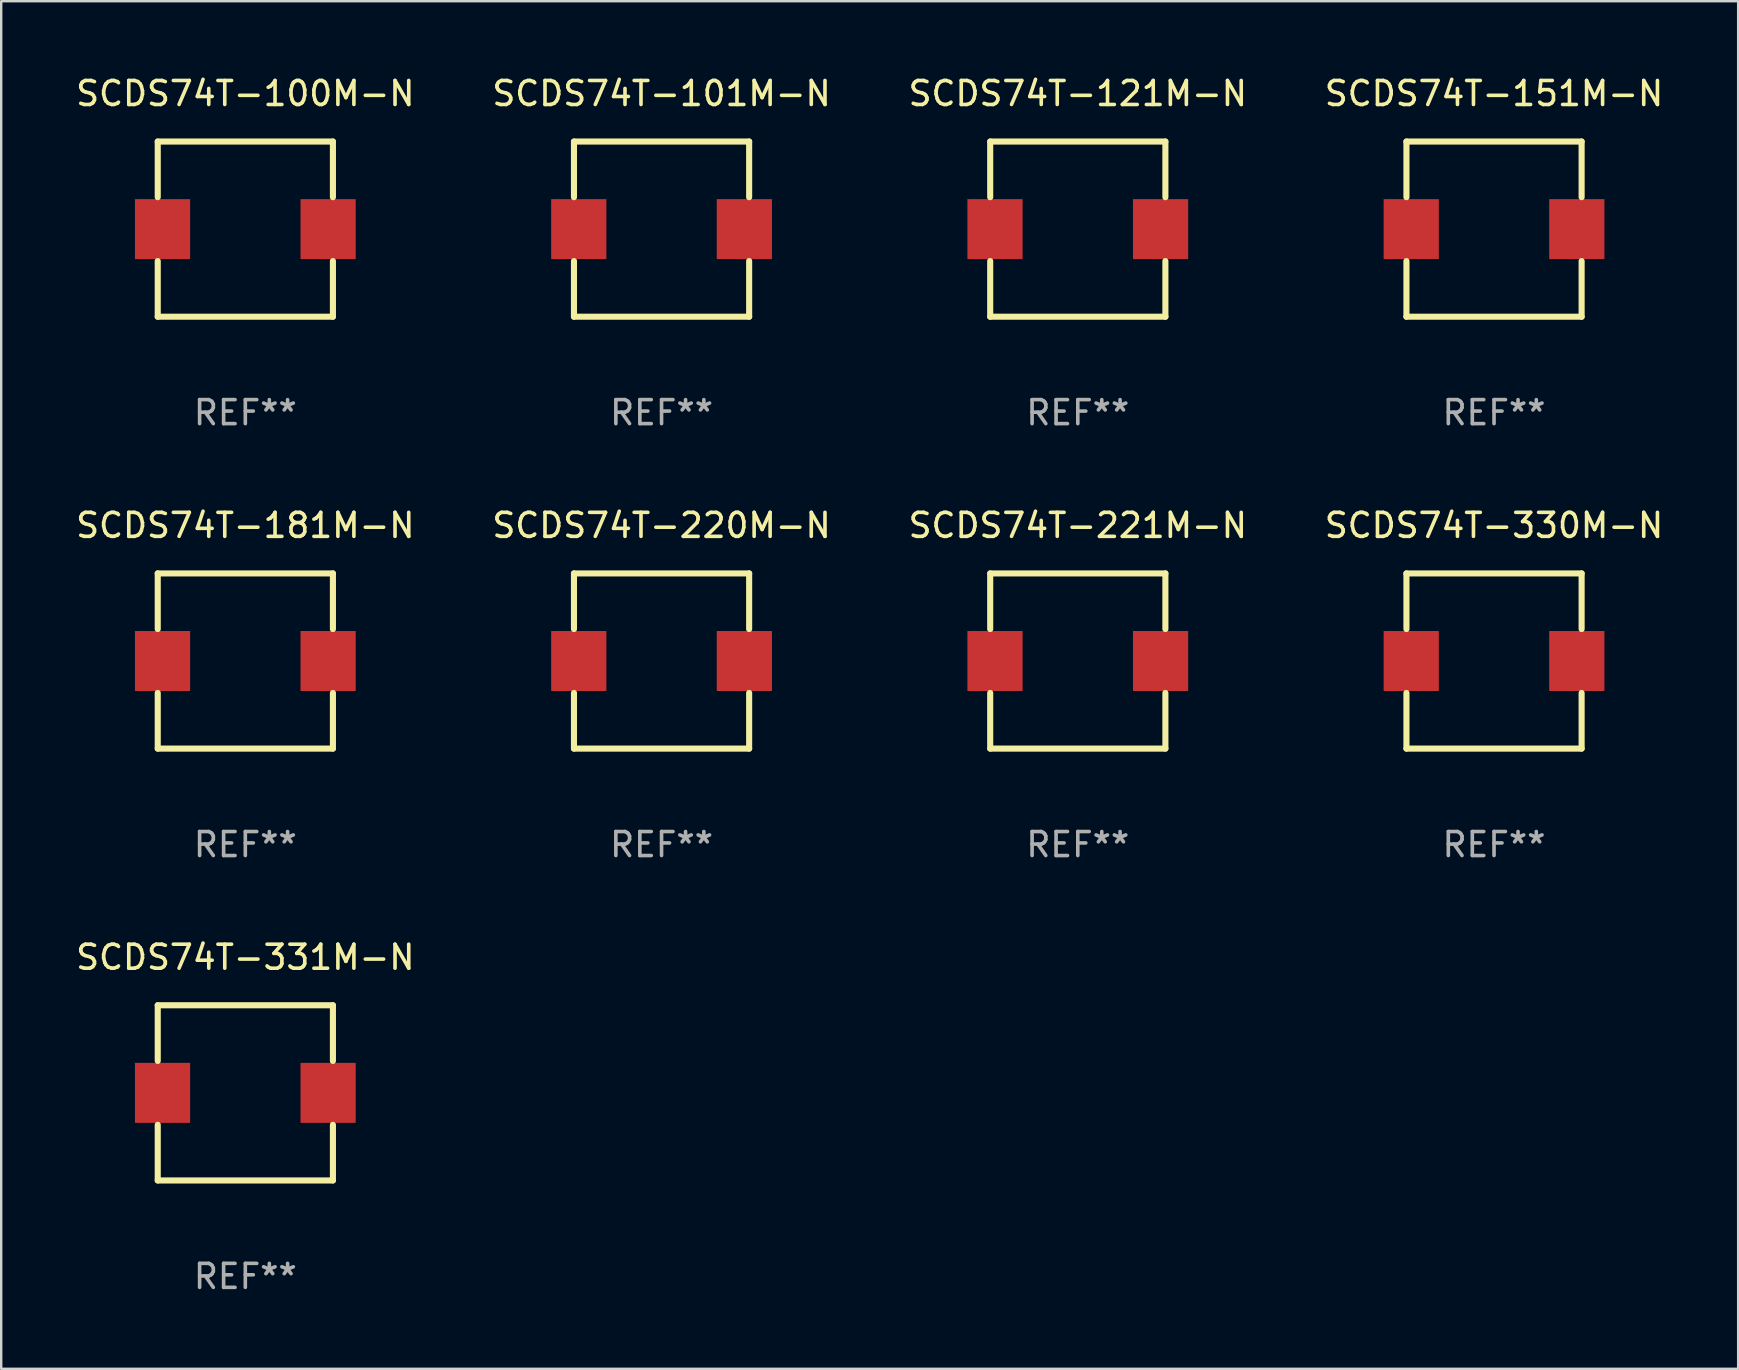
<source format=kicad_pcb>
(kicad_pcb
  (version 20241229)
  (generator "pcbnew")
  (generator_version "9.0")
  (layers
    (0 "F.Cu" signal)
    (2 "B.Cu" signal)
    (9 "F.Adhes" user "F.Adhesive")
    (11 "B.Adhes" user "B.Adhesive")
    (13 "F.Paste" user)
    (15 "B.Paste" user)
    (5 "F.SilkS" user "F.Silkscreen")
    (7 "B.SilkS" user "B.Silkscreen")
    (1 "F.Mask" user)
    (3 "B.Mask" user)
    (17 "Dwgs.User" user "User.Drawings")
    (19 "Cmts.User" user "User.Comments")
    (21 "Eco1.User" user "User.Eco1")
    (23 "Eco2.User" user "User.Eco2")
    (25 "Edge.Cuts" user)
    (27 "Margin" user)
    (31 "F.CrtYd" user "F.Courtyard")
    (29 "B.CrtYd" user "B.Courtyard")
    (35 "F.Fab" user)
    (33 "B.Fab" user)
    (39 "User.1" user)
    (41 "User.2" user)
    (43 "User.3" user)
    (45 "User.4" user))
  (footprint "SCDS74T-101M-N"
    (layer "F.Cu")
    (at 24.518 6.498)
    (property "Reference" "SCDS74T-101M-N" (at 0 -5.65 0) (layer "F.SilkS") (effects (font (size 1 1) (thickness 0.15))))
    (attr through_hole)
    (fp_line (start -3.65 -3.65) (end 3.65 -3.65) (stroke (width 0.254) (type solid)) (layer "F.SilkS"))
    (fp_line (start -3.65 -1.331) (end -3.65 -3.65) (stroke (width 0.254) (type solid)) (layer "F.SilkS"))
    (fp_line (start -3.65 3.65) (end -3.65 1.331) (stroke (width 0.254) (type solid)) (layer "F.SilkS"))
    (fp_line (start 3.65 -3.65) (end 3.65 -1.331) (stroke (width 0.254) (type solid)) (layer "F.SilkS"))
    (fp_line (start 3.65 1.331) (end 3.65 3.65) (stroke (width 0.254) (type solid)) (layer "F.SilkS"))
    (fp_line (start 3.65 3.65) (end -3.65 3.65) (stroke (width 0.254) (type solid)) (layer "F.SilkS"))
    (fp_circle (center -3.65 3.65) (end -3.62 3.65) (stroke (width 0.06) (type solid)) (fill no) (layer "F.SilkS"))
    (fp_text user "REF**" (at 0 7.65 0) (layer "F.Fab") (effects (font (size 1 1) (thickness 0.15))))
    (pad "1" smd rect (at -3.45 0) (size 2.3 2.5) (layers "F.Cu" "F.Mask" "F.Paste"))
    (pad "2" smd rect (at 3.45 0) (size 2.3 2.5) (layers "F.Cu" "F.Mask" "F.Paste")))
  (footprint "SCDS74T-181M-N"
    (layer "F.Cu")
    (at 7.173 24.495)
    (property "Reference" "SCDS74T-181M-N" (at 0 -5.65 0) (layer "F.SilkS") (effects (font (size 1 1) (thickness 0.15))))
    (attr through_hole)
    (fp_line (start -3.65 -3.65) (end 3.65 -3.65) (stroke (width 0.254) (type solid)) (layer "F.SilkS"))
    (fp_line (start -3.65 -1.331) (end -3.65 -3.65) (stroke (width 0.254) (type solid)) (layer "F.SilkS"))
    (fp_line (start -3.65 3.65) (end -3.65 1.331) (stroke (width 0.254) (type solid)) (layer "F.SilkS"))
    (fp_line (start 3.65 -3.65) (end 3.65 -1.331) (stroke (width 0.254) (type solid)) (layer "F.SilkS"))
    (fp_line (start 3.65 1.331) (end 3.65 3.65) (stroke (width 0.254) (type solid)) (layer "F.SilkS"))
    (fp_line (start 3.65 3.65) (end -3.65 3.65) (stroke (width 0.254) (type solid)) (layer "F.SilkS"))
    (fp_circle (center -3.65 3.65) (end -3.62 3.65) (stroke (width 0.06) (type solid)) (fill no) (layer "F.SilkS"))
    (fp_text user "REF**" (at 0 7.65 0) (layer "F.Fab") (effects (font (size 1 1) (thickness 0.15))))
    (pad "1" smd rect (at -3.45 0) (size 2.3 2.5) (layers "F.Cu" "F.Mask" "F.Paste"))
    (pad "2" smd rect (at 3.45 0) (size 2.3 2.5) (layers "F.Cu" "F.Mask" "F.Paste")))
  (footprint "SCDS74T-330M-N"
    (layer "F.Cu")
    (at 59.208 24.495)
    (property "Reference" "SCDS74T-330M-N" (at 0 -5.65 0) (layer "F.SilkS") (effects (font (size 1 1) (thickness 0.15))))
    (attr through_hole)
    (fp_line (start -3.65 -3.65) (end 3.65 -3.65) (stroke (width 0.254) (type solid)) (layer "F.SilkS"))
    (fp_line (start -3.65 -1.331) (end -3.65 -3.65) (stroke (width 0.254) (type solid)) (layer "F.SilkS"))
    (fp_line (start -3.65 3.65) (end -3.65 1.331) (stroke (width 0.254) (type solid)) (layer "F.SilkS"))
    (fp_line (start 3.65 -3.65) (end 3.65 -1.331) (stroke (width 0.254) (type solid)) (layer "F.SilkS"))
    (fp_line (start 3.65 1.331) (end 3.65 3.65) (stroke (width 0.254) (type solid)) (layer "F.SilkS"))
    (fp_line (start 3.65 3.65) (end -3.65 3.65) (stroke (width 0.254) (type solid)) (layer "F.SilkS"))
    (fp_circle (center -3.65 3.65) (end -3.62 3.65) (stroke (width 0.06) (type solid)) (fill no) (layer "F.SilkS"))
    (fp_text user "REF**" (at 0 7.65 0) (layer "F.Fab") (effects (font (size 1 1) (thickness 0.15))))
    (pad "1" smd rect (at -3.45 0) (size 2.3 2.5) (layers "F.Cu" "F.Mask" "F.Paste"))
    (pad "2" smd rect (at 3.45 0) (size 2.3 2.5) (layers "F.Cu" "F.Mask" "F.Paste")))
  (footprint "SCDS74T-221M-N"
    (layer "F.Cu")
    (at 41.863 24.495)
    (property "Reference" "SCDS74T-221M-N" (at 0 -5.65 0) (layer "F.SilkS") (effects (font (size 1 1) (thickness 0.15))))
    (attr through_hole)
    (fp_line (start -3.65 -3.65) (end 3.65 -3.65) (stroke (width 0.254) (type solid)) (layer "F.SilkS"))
    (fp_line (start -3.65 -1.331) (end -3.65 -3.65) (stroke (width 0.254) (type solid)) (layer "F.SilkS"))
    (fp_line (start -3.65 3.65) (end -3.65 1.331) (stroke (width 0.254) (type solid)) (layer "F.SilkS"))
    (fp_line (start 3.65 -3.65) (end 3.65 -1.331) (stroke (width 0.254) (type solid)) (layer "F.SilkS"))
    (fp_line (start 3.65 1.331) (end 3.65 3.65) (stroke (width 0.254) (type solid)) (layer "F.SilkS"))
    (fp_line (start 3.65 3.65) (end -3.65 3.65) (stroke (width 0.254) (type solid)) (layer "F.SilkS"))
    (fp_circle (center -3.65 3.65) (end -3.62 3.65) (stroke (width 0.06) (type solid)) (fill no) (layer "F.SilkS"))
    (fp_text user "REF**" (at 0 7.65 0) (layer "F.Fab") (effects (font (size 1 1) (thickness 0.15))))
    (pad "1" smd rect (at -3.45 0) (size 2.3 2.5) (layers "F.Cu" "F.Mask" "F.Paste"))
    (pad "2" smd rect (at 3.45 0) (size 2.3 2.5) (layers "F.Cu" "F.Mask" "F.Paste")))
  (footprint "SCDS74T-331M-N"
    (layer "F.Cu")
    (at 7.173 42.491)
    (property "Reference" "SCDS74T-331M-N" (at 0 -5.65 0) (layer "F.SilkS") (effects (font (size 1 1) (thickness 0.15))))
    (attr through_hole)
    (fp_line (start -3.65 -3.65) (end 3.65 -3.65) (stroke (width 0.254) (type solid)) (layer "F.SilkS"))
    (fp_line (start -3.65 -1.331) (end -3.65 -3.65) (stroke (width 0.254) (type solid)) (layer "F.SilkS"))
    (fp_line (start -3.65 3.65) (end -3.65 1.331) (stroke (width 0.254) (type solid)) (layer "F.SilkS"))
    (fp_line (start 3.65 -3.65) (end 3.65 -1.331) (stroke (width 0.254) (type solid)) (layer "F.SilkS"))
    (fp_line (start 3.65 1.331) (end 3.65 3.65) (stroke (width 0.254) (type solid)) (layer "F.SilkS"))
    (fp_line (start 3.65 3.65) (end -3.65 3.65) (stroke (width 0.254) (type solid)) (layer "F.SilkS"))
    (fp_circle (center -3.65 3.65) (end -3.62 3.65) (stroke (width 0.06) (type solid)) (fill no) (layer "F.SilkS"))
    (fp_text user "REF**" (at 0 7.65 0) (layer "F.Fab") (effects (font (size 1 1) (thickness 0.15))))
    (pad "1" smd rect (at -3.45 0) (size 2.3 2.5) (layers "F.Cu" "F.Mask" "F.Paste"))
    (pad "2" smd rect (at 3.45 0) (size 2.3 2.5) (layers "F.Cu" "F.Mask" "F.Paste")))
  (footprint "SCDS74T-220M-N"
    (layer "F.Cu")
    (at 24.518 24.495)
    (property "Reference" "SCDS74T-220M-N" (at 0 -5.65 0) (layer "F.SilkS") (effects (font (size 1 1) (thickness 0.15))))
    (attr through_hole)
    (fp_line (start -3.65 -3.65) (end 3.65 -3.65) (stroke (width 0.254) (type solid)) (layer "F.SilkS"))
    (fp_line (start -3.65 -1.331) (end -3.65 -3.65) (stroke (width 0.254) (type solid)) (layer "F.SilkS"))
    (fp_line (start -3.65 3.65) (end -3.65 1.331) (stroke (width 0.254) (type solid)) (layer "F.SilkS"))
    (fp_line (start 3.65 -3.65) (end 3.65 -1.331) (stroke (width 0.254) (type solid)) (layer "F.SilkS"))
    (fp_line (start 3.65 1.331) (end 3.65 3.65) (stroke (width 0.254) (type solid)) (layer "F.SilkS"))
    (fp_line (start 3.65 3.65) (end -3.65 3.65) (stroke (width 0.254) (type solid)) (layer "F.SilkS"))
    (fp_circle (center -3.65 3.65) (end -3.62 3.65) (stroke (width 0.06) (type solid)) (fill no) (layer "F.SilkS"))
    (fp_text user "REF**" (at 0 7.65 0) (layer "F.Fab") (effects (font (size 1 1) (thickness 0.15))))
    (pad "1" smd rect (at -3.45 0) (size 2.3 2.5) (layers "F.Cu" "F.Mask" "F.Paste"))
    (pad "2" smd rect (at 3.45 0) (size 2.3 2.5) (layers "F.Cu" "F.Mask" "F.Paste")))
  (footprint "SCDS74T-151M-N"
    (layer "F.Cu")
    (at 59.208 6.498)
    (property "Reference" "SCDS74T-151M-N" (at 0 -5.65 0) (layer "F.SilkS") (effects (font (size 1 1) (thickness 0.15))))
    (attr through_hole)
    (fp_line (start -3.65 -3.65) (end 3.65 -3.65) (stroke (width 0.254) (type solid)) (layer "F.SilkS"))
    (fp_line (start -3.65 -1.331) (end -3.65 -3.65) (stroke (width 0.254) (type solid)) (layer "F.SilkS"))
    (fp_line (start -3.65 3.65) (end -3.65 1.331) (stroke (width 0.254) (type solid)) (layer "F.SilkS"))
    (fp_line (start 3.65 -3.65) (end 3.65 -1.331) (stroke (width 0.254) (type solid)) (layer "F.SilkS"))
    (fp_line (start 3.65 1.331) (end 3.65 3.65) (stroke (width 0.254) (type solid)) (layer "F.SilkS"))
    (fp_line (start 3.65 3.65) (end -3.65 3.65) (stroke (width 0.254) (type solid)) (layer "F.SilkS"))
    (fp_circle (center -3.65 3.65) (end -3.62 3.65) (stroke (width 0.06) (type solid)) (fill no) (layer "F.SilkS"))
    (fp_text user "REF**" (at 0 7.65 0) (layer "F.Fab") (effects (font (size 1 1) (thickness 0.15))))
    (pad "1" smd rect (at -3.45 0) (size 2.3 2.5) (layers "F.Cu" "F.Mask" "F.Paste"))
    (pad "2" smd rect (at 3.45 0) (size 2.3 2.5) (layers "F.Cu" "F.Mask" "F.Paste")))
  (footprint "SCDS74T-121M-N"
    (layer "F.Cu")
    (at 41.863 6.498)
    (property "Reference" "SCDS74T-121M-N" (at 0 -5.65 0) (layer "F.SilkS") (effects (font (size 1 1) (thickness 0.15))))
    (attr through_hole)
    (fp_line (start -3.65 -3.65) (end 3.65 -3.65) (stroke (width 0.254) (type solid)) (layer "F.SilkS"))
    (fp_line (start -3.65 -1.331) (end -3.65 -3.65) (stroke (width 0.254) (type solid)) (layer "F.SilkS"))
    (fp_line (start -3.65 3.65) (end -3.65 1.331) (stroke (width 0.254) (type solid)) (layer "F.SilkS"))
    (fp_line (start 3.65 -3.65) (end 3.65 -1.331) (stroke (width 0.254) (type solid)) (layer "F.SilkS"))
    (fp_line (start 3.65 1.331) (end 3.65 3.65) (stroke (width 0.254) (type solid)) (layer "F.SilkS"))
    (fp_line (start 3.65 3.65) (end -3.65 3.65) (stroke (width 0.254) (type solid)) (layer "F.SilkS"))
    (fp_circle (center -3.65 3.65) (end -3.62 3.65) (stroke (width 0.06) (type solid)) (fill no) (layer "F.SilkS"))
    (fp_text user "REF**" (at 0 7.65 0) (layer "F.Fab") (effects (font (size 1 1) (thickness 0.15))))
    (pad "1" smd rect (at -3.45 0) (size 2.3 2.5) (layers "F.Cu" "F.Mask" "F.Paste"))
    (pad "2" smd rect (at 3.45 0) (size 2.3 2.5) (layers "F.Cu" "F.Mask" "F.Paste")))
  (footprint "SCDS74T-100M-N"
    (layer "F.Cu")
    (at 7.173 6.498)
    (property "Reference" "SCDS74T-100M-N" (at 0 -5.65 0) (layer "F.SilkS") (effects (font (size 1 1) (thickness 0.15))))
    (attr through_hole)
    (fp_line (start -3.65 -3.65) (end 3.65 -3.65) (stroke (width 0.254) (type solid)) (layer "F.SilkS"))
    (fp_line (start -3.65 -1.331) (end -3.65 -3.65) (stroke (width 0.254) (type solid)) (layer "F.SilkS"))
    (fp_line (start -3.65 3.65) (end -3.65 1.331) (stroke (width 0.254) (type solid)) (layer "F.SilkS"))
    (fp_line (start 3.65 -3.65) (end 3.65 -1.331) (stroke (width 0.254) (type solid)) (layer "F.SilkS"))
    (fp_line (start 3.65 1.331) (end 3.65 3.65) (stroke (width 0.254) (type solid)) (layer "F.SilkS"))
    (fp_line (start 3.65 3.65) (end -3.65 3.65) (stroke (width 0.254) (type solid)) (layer "F.SilkS"))
    (fp_circle (center -3.65 3.65) (end -3.62 3.65) (stroke (width 0.06) (type solid)) (fill no) (layer "F.SilkS"))
    (fp_text user "REF**" (at 0 7.65 0) (layer "F.Fab") (effects (font (size 1 1) (thickness 0.15))))
    (pad "1" smd rect (at -3.45 0) (size 2.3 2.5) (layers "F.Cu" "F.Mask" "F.Paste"))
    (pad "2" smd rect (at 3.45 0) (size 2.3 2.5) (layers "F.Cu" "F.Mask" "F.Paste")))
  (gr_rect
    (start -3 -3)
    (end 69.381 53.99)
    (stroke (width 0.1) (type default))
    (fill no)
    (layer "Edge.Cuts")))
</source>
